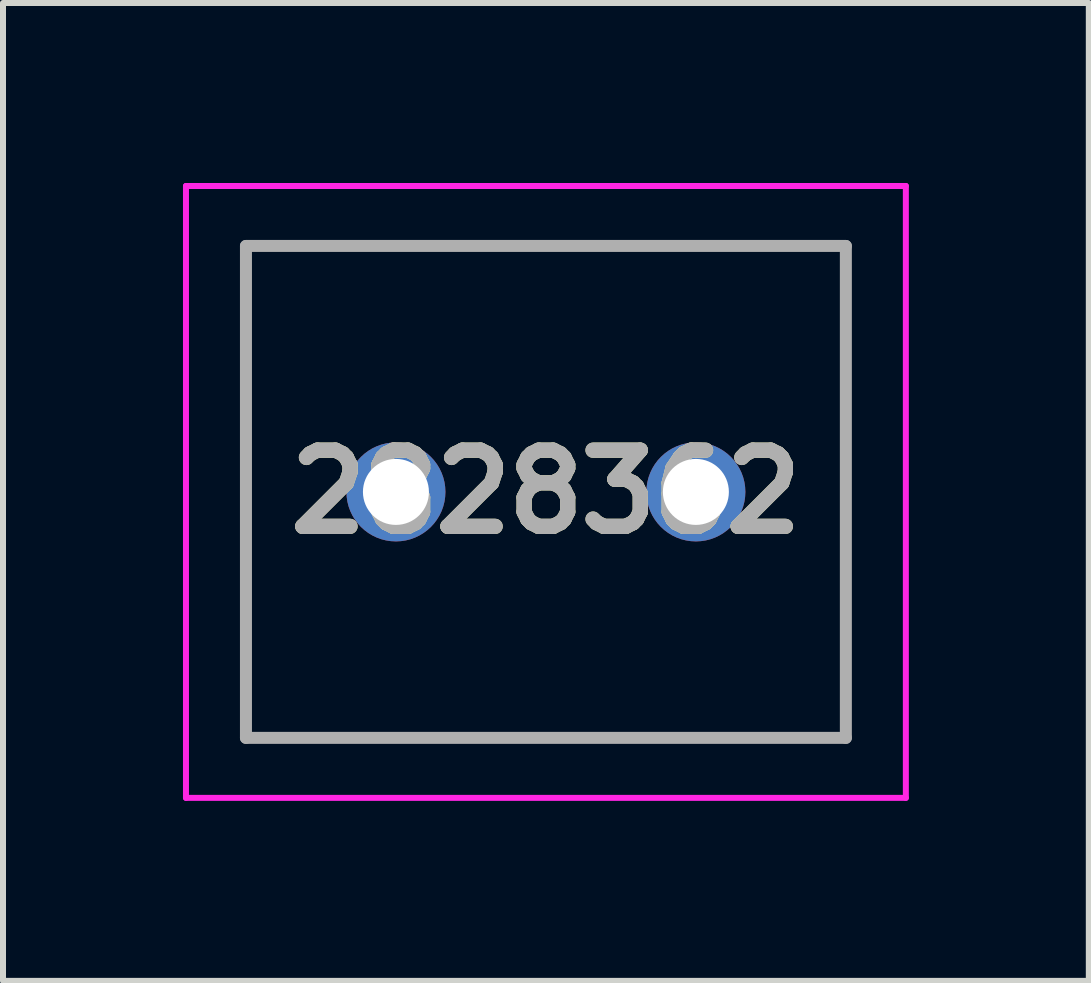
<source format=kicad_pcb>
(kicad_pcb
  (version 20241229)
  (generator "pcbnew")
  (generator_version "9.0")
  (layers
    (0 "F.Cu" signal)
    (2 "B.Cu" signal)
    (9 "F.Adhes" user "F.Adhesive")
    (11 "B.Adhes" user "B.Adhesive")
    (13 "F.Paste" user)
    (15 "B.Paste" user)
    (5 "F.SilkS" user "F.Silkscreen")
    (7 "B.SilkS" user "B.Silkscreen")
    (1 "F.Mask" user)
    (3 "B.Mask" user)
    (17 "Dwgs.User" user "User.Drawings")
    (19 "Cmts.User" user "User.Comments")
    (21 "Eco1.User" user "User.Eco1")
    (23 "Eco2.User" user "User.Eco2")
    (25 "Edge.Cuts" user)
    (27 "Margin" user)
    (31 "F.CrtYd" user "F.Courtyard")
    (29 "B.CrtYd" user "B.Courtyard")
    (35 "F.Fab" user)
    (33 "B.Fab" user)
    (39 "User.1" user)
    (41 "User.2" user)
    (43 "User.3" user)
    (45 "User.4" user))
  (footprint "2828362"
    (layer "F.Cu")
    (at 8.55 5.15)
    (property "Reference" "2828362" (at -2.5 0 0) (layer "F.SilkS") (effects (font (size 1.27 1.27) (thickness 0.254))))
    (attr through_hole)
    (fp_line (start -7.5 -4.1) (end -7.5 4.1) (stroke (width 0.1) (type solid)) (layer "F.SilkS"))
    (fp_line (start -7.5 4.1) (end 2.5 4.1) (stroke (width 0.1) (type solid)) (layer "F.SilkS"))
    (fp_line (start 2.5 -4.1) (end -7.5 -4.1) (stroke (width 0.1) (type solid)) (layer "F.SilkS"))
    (fp_line (start 2.5 4.1) (end 2.5 -4.1) (stroke (width 0.1) (type solid)) (layer "F.SilkS"))
    (fp_line (start -8.5 -5.1) (end -8.5 5.1) (stroke (width 0.1) (type solid)) (layer "F.CrtYd"))
    (fp_line (start -8.5 5.1) (end 3.5 5.1) (stroke (width 0.1) (type solid)) (layer "F.CrtYd"))
    (fp_line (start 3.5 -5.1) (end -8.5 -5.1) (stroke (width 0.1) (type solid)) (layer "F.CrtYd"))
    (fp_line (start 3.5 5.1) (end 3.5 -5.1) (stroke (width 0.1) (type solid)) (layer "F.CrtYd"))
    (fp_line (start -7.5 -4.1) (end 2.5 -4.1) (stroke (width 0.2) (type solid)) (layer "F.Fab"))
    (fp_line (start -7.5 4.1) (end -7.5 -4.1) (stroke (width 0.2) (type solid)) (layer "F.Fab"))
    (fp_line (start 2.5 -4.1) (end 2.5 4.1) (stroke (width 0.2) (type solid)) (layer "F.Fab"))
    (fp_line (start 2.5 4.1) (end -7.5 4.1) (stroke (width 0.2) (type solid)) (layer "F.Fab"))
    (fp_text user "${REFERENCE}" (at -2.5 0 0) (layer "F.Fab") (effects (font (size 1.27 1.27) (thickness 0.254))))
    (pad "1" thru_hole circle (at 0 0) (size 1.65 1.65) (drill 1.1) (layers "*.Cu" "*.Mask"))
    (pad "2" thru_hole circle (at -5 0) (size 1.65 1.65) (drill 1.1) (layers "*.Cu" "*.Mask")))
  (gr_rect
    (start -3 -3)
    (end 15.1 13.3)
    (stroke (width 0.1) (type default))
    (fill no)
    (layer "Edge.Cuts")))
</source>
